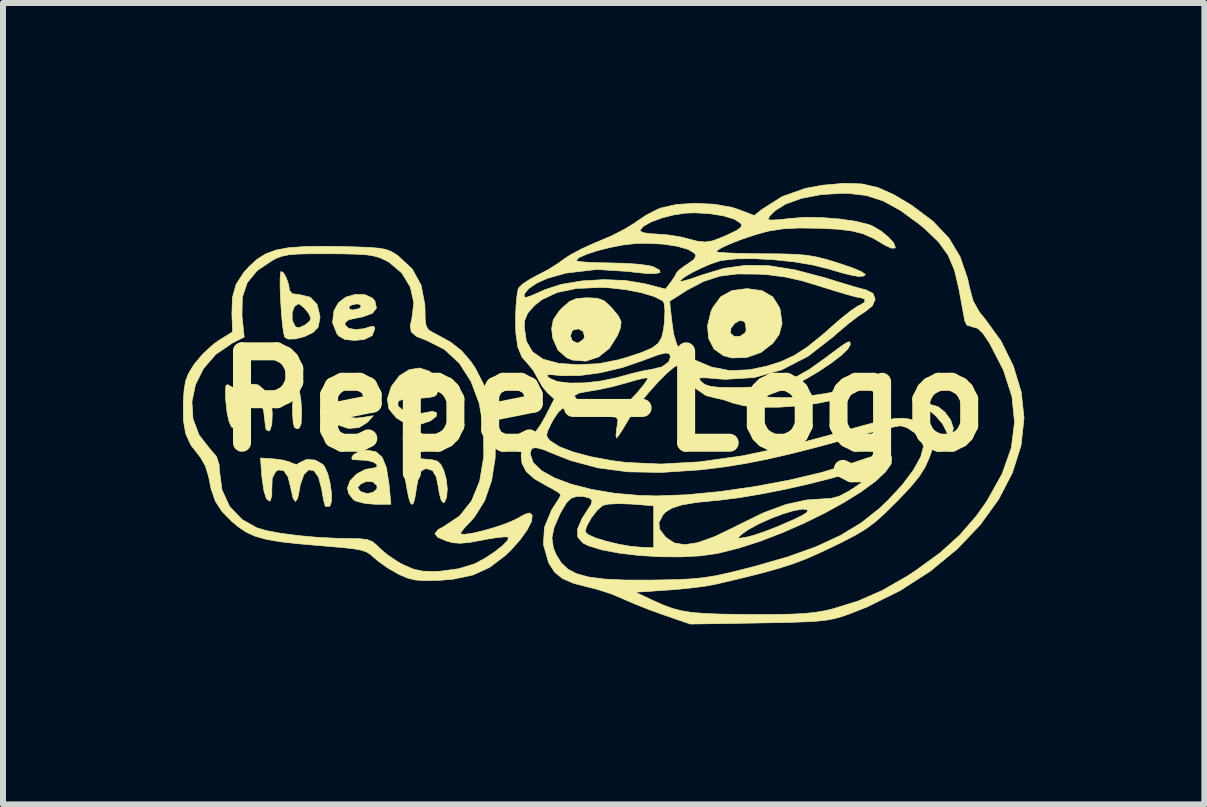
<source format=kicad_pcb>
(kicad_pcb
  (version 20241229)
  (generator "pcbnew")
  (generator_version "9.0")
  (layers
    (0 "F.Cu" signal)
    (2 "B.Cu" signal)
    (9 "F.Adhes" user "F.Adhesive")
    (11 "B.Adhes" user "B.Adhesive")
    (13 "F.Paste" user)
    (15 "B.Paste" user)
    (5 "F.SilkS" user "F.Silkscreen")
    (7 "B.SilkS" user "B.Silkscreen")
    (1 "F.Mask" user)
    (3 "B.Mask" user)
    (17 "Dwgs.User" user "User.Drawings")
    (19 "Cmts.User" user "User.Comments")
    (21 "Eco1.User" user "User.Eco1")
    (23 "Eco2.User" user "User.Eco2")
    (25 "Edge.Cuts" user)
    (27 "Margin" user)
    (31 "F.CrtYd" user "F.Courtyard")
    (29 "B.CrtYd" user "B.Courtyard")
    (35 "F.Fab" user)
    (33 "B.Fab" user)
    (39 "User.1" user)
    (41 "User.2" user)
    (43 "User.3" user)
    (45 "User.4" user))
  (footprint "Pepe-Logo"
    (layer "F.Cu")
    (at 7.007 3.64)
    (property "Reference" "Pepe-Logo" (at 0 0 0) (layer "F.SilkS") (effects (font (size 1.524 1.524) (thickness 0.3))))
    (attr through_hole)
    (fp_poly (pts (xy -5.039 -0.633) (xy -5.055 -0.559) (xy -5.127 -0.51) (xy -5.2 -0.547) (xy -5.203 -0.553) (xy -5.194 -0.618) (xy -5.16 -0.657) (xy -5.083 -0.68) (xy -5.039 -0.633)) (stroke (width 0.01) (type solid)) (fill yes) (layer "F.SilkS"))
    (fp_poly (pts (xy 5.577 0.088) (xy 5.696 0.184) (xy 5.787 0.31) (xy 5.832 0.442) (xy 5.814 0.552) (xy 5.797 0.573) (xy 5.748 0.576) (xy 5.712 0.489) (xy 5.652 0.374) (xy 5.543 0.245) (xy 5.494 0.202) (xy 5.311 0.051) (xy 5.447 0.051) (xy 5.577 0.088)) (stroke (width 0.01) (type solid)) (fill yes) (layer "F.SilkS"))
    (fp_poly (pts (xy -5.082 -0.205) (xy -5.061 -0.14) (xy -5.042 -0.019) (xy -5.031 0.148) (xy -5.03 0.216) (xy -5.038 0.371) (xy -5.069 0.444) (xy -5.105 0.457) (xy -5.147 0.436) (xy -5.17 0.361) (xy -5.18 0.213) (xy -5.182 0.102) (xy -5.173 -0.095) (xy -5.152 -0.216) (xy -5.12 -0.255) (xy -5.082 -0.205)) (stroke (width 0.01) (type solid)) (fill yes) (layer "F.SilkS"))
    (fp_poly (pts (xy -4.201 -0.396) (xy -4.077 -0.365) (xy -4.025 -0.317) (xy -4.051 -0.273) (xy -4.158 -0.254) (xy -4.312 -0.209) (xy -4.427 -0.093) (xy -4.47 0.059) (xy -4.425 0.173) (xy -4.305 0.25) (xy -4.134 0.278) (xy -4.041 0.271) (xy -3.835 0.239) (xy -3.932 0.348) (xy -4.073 0.437) (xy -4.25 0.451) (xy -4.43 0.391) (xy -4.489 0.352) (xy -4.599 0.208) (xy -4.622 0.032) (xy -4.557 -0.157) (xy -4.489 -0.253) (xy -4.376 -0.362) (xy -4.264 -0.398) (xy -4.201 -0.396)) (stroke (width 0.01) (type solid)) (fill yes) (layer "F.SilkS"))
    (fp_poly (pts (xy -5.752 -0.274) (xy -5.661 -0.198) (xy -5.653 -0.19) (xy -5.571 -0.082) (xy -5.531 0.054) (xy -5.519 0.204) (xy -5.527 0.389) (xy -5.56 0.484) (xy -5.575 0.494) (xy -5.624 0.469) (xy -5.639 0.363) (xy -5.664 0.147) (xy -5.729 -0.002) (xy -5.818 -0.078) (xy -5.915 -0.077) (xy -6.004 0.005) (xy -6.068 0.171) (xy -6.081 0.247) (xy -6.113 0.393) (xy -6.154 0.449) (xy -6.199 0.425) (xy -6.24 0.332) (xy -6.274 0.179) (xy -6.295 -0.023) (xy -6.299 -0.166) (xy -6.292 -0.265) (xy -6.26 -0.28) (xy -6.225 -0.256) (xy -6.148 -0.221) (xy -6.035 -0.234) (xy -5.965 -0.255) (xy -5.837 -0.289) (xy -5.752 -0.274)) (stroke (width 0.01) (type solid)) (fill yes) (layer "F.SilkS"))
    (fp_poly (pts (xy -3.023 0.957) (xy -2.857 0.972) (xy -2.761 0.999) (xy -2.705 1.058) (xy -2.66 1.153) (xy -2.618 1.302) (xy -2.602 1.461) (xy -2.613 1.598) (xy -2.649 1.681) (xy -2.667 1.69) (xy -2.702 1.652) (xy -2.733 1.541) (xy -2.746 1.461) (xy -2.784 1.262) (xy -2.848 1.152) (xy -2.945 1.122) (xy -2.978 1.126) (xy -3.041 1.165) (xy -3.083 1.268) (xy -3.112 1.42) (xy -3.141 1.602) (xy -3.166 1.697) (xy -3.193 1.717) (xy -3.218 1.689) (xy -3.242 1.615) (xy -3.271 1.479) (xy -3.299 1.313) (xy -3.321 1.151) (xy -3.333 1.025) (xy -3.331 0.97) (xy -3.274 0.957) (xy -3.147 0.953) (xy -3.023 0.957)) (stroke (width 0.01) (type solid)) (fill yes) (layer "F.SilkS"))
    (fp_poly (pts (xy 2.645 -1.845) (xy 2.824 -1.741) (xy 2.933 -1.566) (xy 2.947 -1.521) (xy 2.978 -1.299) (xy 2.929 -1.115) (xy 2.826 -0.971) (xy 2.628 -0.817) (xy 2.389 -0.732) (xy 2.141 -0.724) (xy 1.999 -0.762) (xy 1.843 -0.874) (xy 1.754 -1.047) (xy 1.746 -1.136) (xy 2.118 -1.136) (xy 2.182 -1.081) (xy 2.277 -1.085) (xy 2.357 -1.138) (xy 2.379 -1.186) (xy 2.368 -1.293) (xy 2.343 -1.335) (xy 2.271 -1.349) (xy 2.188 -1.301) (xy 2.126 -1.22) (xy 2.118 -1.136) (xy 1.746 -1.136) (xy 1.735 -1.26) (xy 1.791 -1.494) (xy 1.825 -1.567) (xy 1.958 -1.746) (xy 2.143 -1.848) (xy 2.393 -1.88) (xy 2.645 -1.845)) (stroke (width 0.01) (type solid)) (fill yes) (layer "F.SilkS"))
    (fp_poly (pts (xy -0.101 -1.719) (xy 0.009 -1.679) (xy 0.111 -1.588) (xy 0.147 -1.548) (xy 0.252 -1.421) (xy 0.295 -1.328) (xy 0.285 -1.229) (xy 0.236 -1.101) (xy 0.101 -0.886) (xy -0.082 -0.74) (xy -0.294 -0.671) (xy -0.514 -0.688) (xy -0.609 -0.726) (xy -0.757 -0.855) (xy -0.844 -1.052) (xy -0.849 -1.092) (xy -0.551 -1.092) (xy -0.516 -1.009) (xy -0.437 -0.973) (xy -0.42 -0.975) (xy -0.335 -1.033) (xy -0.314 -1.08) (xy -0.338 -1.166) (xy -0.416 -1.209) (xy -0.505 -1.19) (xy -0.518 -1.179) (xy -0.551 -1.092) (xy -0.849 -1.092) (xy -0.863 -1.212) (xy -0.836 -1.359) (xy -0.742 -1.5) (xy -0.691 -1.554) (xy -0.568 -1.663) (xy -0.452 -1.713) (xy -0.293 -1.727) (xy -0.264 -1.727) (xy -0.101 -1.719)) (stroke (width 0.01) (type solid)) (fill yes) (layer "F.SilkS"))
    (fp_poly (pts (xy -3.975 -1.779) (xy -3.849 -1.722) (xy -3.808 -1.673) (xy -3.783 -1.555) (xy -3.851 -1.468) (xy -4.015 -1.408) (xy -4.096 -1.393) (xy -4.241 -1.362) (xy -4.303 -1.318) (xy -4.307 -1.277) (xy -4.249 -1.219) (xy -4.131 -1.197) (xy -3.985 -1.213) (xy -3.899 -1.242) (xy -3.825 -1.251) (xy -3.81 -1.209) (xy -3.855 -1.096) (xy -3.986 -1.032) (xy -4.147 -1.016) (xy -4.309 -1.032) (xy -4.409 -1.089) (xy -4.442 -1.129) (xy -4.514 -1.313) (xy -4.492 -1.508) (xy -4.455 -1.575) (xy -4.242 -1.575) (xy -4.227 -1.534) (xy -4.172 -1.524) (xy -4.073 -1.547) (xy -4.039 -1.575) (xy -4.054 -1.615) (xy -4.109 -1.626) (xy -4.207 -1.603) (xy -4.242 -1.575) (xy -4.455 -1.575) (xy -4.416 -1.644) (xy -4.294 -1.738) (xy -4.135 -1.784) (xy -3.975 -1.779)) (stroke (width 0.01) (type solid)) (fill yes) (layer "F.SilkS"))
    (fp_poly (pts (xy -5.332 -2.143) (xy -5.284 -2.057) (xy -5.246 -1.943) (xy -5.232 -1.851) (xy -5.188 -1.795) (xy -5.057 -1.778) (xy -4.885 -1.736) (xy -4.772 -1.615) (xy -4.725 -1.423) (xy -4.724 -1.387) (xy -4.757 -1.233) (xy -4.839 -1.149) (xy -4.982 -1.08) (xy -5.132 -1.041) (xy -5.254 -1.038) (xy -5.309 -1.067) (xy -5.33 -1.144) (xy -5.35 -1.29) (xy -5.367 -1.479) (xy -5.367 -1.48) (xy -5.188 -1.48) (xy -5.186 -1.361) (xy -5.177 -1.333) (xy -5.132 -1.242) (xy -5.073 -1.228) (xy -4.975 -1.272) (xy -4.896 -1.337) (xy -4.877 -1.382) (xy -4.909 -1.463) (xy -4.983 -1.555) (xy -5.061 -1.618) (xy -5.086 -1.626) (xy -5.15 -1.582) (xy -5.188 -1.48) (xy -5.367 -1.48) (xy -5.38 -1.685) (xy -5.388 -1.882) (xy -5.389 -2.045) (xy -5.381 -2.146) (xy -5.373 -2.166) (xy -5.332 -2.143)) (stroke (width 0.01) (type solid)) (fill yes) (layer "F.SilkS"))
    (fp_poly (pts (xy -3.788 0.841) (xy -3.686 0.934) (xy -3.617 1.104) (xy -3.576 1.36) (xy -3.573 1.384) (xy -3.542 1.715) (xy -3.8 1.715) (xy -3.973 1.701) (xy -4.117 1.665) (xy -4.163 1.642) (xy -4.244 1.539) (xy -4.267 1.449) (xy -4.263 1.435) (xy -4.096 1.435) (xy -4.063 1.486) (xy -4.036 1.507) (xy -3.939 1.537) (xy -3.84 1.516) (xy -3.776 1.459) (xy -3.773 1.406) (xy -3.84 1.342) (xy -3.949 1.333) (xy -4.046 1.377) (xy -4.096 1.435) (xy -4.263 1.435) (xy -4.223 1.323) (xy -4.112 1.209) (xy -3.967 1.133) (xy -3.875 1.118) (xy -3.783 1.1) (xy -3.77 1.059) (xy -3.824 1.015) (xy -3.933 0.985) (xy -3.967 0.982) (xy -4.097 0.975) (xy -4.181 0.97) (xy -4.185 0.97) (xy -4.194 0.935) (xy -4.166 0.889) (xy -4.074 0.836) (xy -3.938 0.813) (xy -3.932 0.813) (xy -3.788 0.841)) (stroke (width 0.01) (type solid)) (fill yes) (layer "F.SilkS"))
    (fp_poly (pts (xy -5.486 0.959) (xy -5.332 0.98) (xy -5.217 1.014) (xy -5.192 1.029) (xy -5.111 1.054) (xy -5.068 1.024) (xy -4.947 0.967) (xy -4.802 0.978) (xy -4.677 1.05) (xy -4.648 1.086) (xy -4.594 1.206) (xy -4.555 1.365) (xy -4.532 1.529) (xy -4.532 1.667) (xy -4.558 1.744) (xy -4.562 1.747) (xy -4.626 1.753) (xy -4.638 1.741) (xy -4.658 1.671) (xy -4.684 1.538) (xy -4.695 1.465) (xy -4.748 1.263) (xy -4.825 1.155) (xy -4.911 1.14) (xy -4.992 1.219) (xy -5.053 1.392) (xy -5.065 1.466) (xy -5.096 1.617) (xy -5.133 1.668) (xy -5.171 1.618) (xy -5.206 1.469) (xy -5.209 1.449) (xy -5.257 1.258) (xy -5.328 1.153) (xy -5.417 1.142) (xy -5.463 1.17) (xy -5.52 1.281) (xy -5.526 1.443) (xy -5.528 1.575) (xy -5.551 1.654) (xy -5.563 1.663) (xy -5.614 1.626) (xy -5.657 1.498) (xy -5.689 1.286) (xy -5.698 1.182) (xy -5.715 0.943) (xy -5.486 0.959)) (stroke (width 0.01) (type solid)) (fill yes) (layer "F.SilkS"))
    (fp_poly (pts (xy -2.9 -0.503) (xy -2.845 -0.457) (xy -2.768 -0.338) (xy -2.746 -0.21) (xy -2.782 -0.11) (xy -2.824 -0.082) (xy -2.92 -0.063) (xy -3.073 -0.052) (xy -3.151 -0.051) (xy -3.331 -0.04) (xy -3.42 -0.004) (xy -3.426 0.06) (xy -3.412 0.089) (xy -3.308 0.172) (xy -3.153 0.21) (xy -2.99 0.193) (xy -2.981 0.19) (xy -2.847 0.165) (xy -2.778 0.19) (xy -2.786 0.249) (xy -2.883 0.324) (xy -2.887 0.326) (xy -3.098 0.398) (xy -3.286 0.376) (xy -3.451 0.275) (xy -3.574 0.127) (xy -3.602 -0.039) (xy -3.539 -0.237) (xy -3.531 -0.253) (xy -3.53 -0.255) (xy -3.302 -0.255) (xy -3.259 -0.221) (xy -3.158 -0.205) (xy -3.04 -0.208) (xy -2.948 -0.23) (xy -2.925 -0.248) (xy -2.935 -0.313) (xy -2.974 -0.357) (xy -3.063 -0.395) (xy -3.177 -0.364) (xy -3.269 -0.305) (xy -3.302 -0.255) (xy -3.53 -0.255) (xy -3.401 -0.426) (xy -3.237 -0.529) (xy -3.063 -0.557) (xy -2.9 -0.503)) (stroke (width 0.01) (type solid)) (fill yes) (layer "F.SilkS"))
    (fp_poly (pts (xy -4.429 -2.582) (xy -4.125 -2.575) (xy -3.904 -2.567) (xy -3.747 -2.554) (xy -3.636 -2.535) (xy -3.553 -2.506) (xy -3.478 -2.464) (xy -3.421 -2.425) (xy -3.186 -2.207) (xy -3.039 -1.938) (xy -2.976 -1.614) (xy -2.973 -1.532) (xy -2.97 -1.356) (xy -2.953 -1.252) (xy -2.91 -1.189) (xy -2.827 -1.139) (xy -2.794 -1.123) (xy -2.547 -0.988) (xy -2.365 -0.845) (xy -2.21 -0.665) (xy -2.134 -0.553) (xy -1.964 -0.219) (xy -1.853 0.155) (xy -1.8 0.549) (xy -1.804 0.943) (xy -1.863 1.317) (xy -1.978 1.653) (xy -2.149 1.928) (xy -2.222 2.009) (xy -2.322 2.114) (xy -2.377 2.188) (xy -2.381 2.208) (xy -2.313 2.216) (xy -2.177 2.196) (xy -1.998 2.154) (xy -1.804 2.098) (xy -1.62 2.035) (xy -1.474 1.972) (xy -1.441 1.955) (xy -1.307 1.881) (xy -1.233 1.859) (xy -1.196 1.885) (xy -1.187 1.904) (xy -1.198 2) (xy -1.271 2.143) (xy -1.394 2.313) (xy -1.553 2.49) (xy -1.64 2.572) (xy -1.897 2.767) (xy -2.175 2.894) (xy -2.501 2.963) (xy -2.743 2.983) (xy -2.971 2.988) (xy -3.132 2.977) (xy -3.262 2.946) (xy -3.397 2.888) (xy -3.421 2.876) (xy -3.597 2.775) (xy -3.76 2.658) (xy -3.818 2.608) (xy -3.882 2.552) (xy -3.948 2.51) (xy -4.035 2.48) (xy -4.162 2.457) (xy -4.348 2.436) (xy -4.61 2.414) (xy -4.715 2.405) (xy -5.098 2.372) (xy -5.397 2.338) (xy -5.628 2.297) (xy -5.81 2.245) (xy -5.958 2.177) (xy -6.089 2.088) (xy -6.196 1.998) (xy -6.358 1.833) (xy -6.467 1.665) (xy -6.539 1.459) (xy -6.582 1.245) (xy -6.634 1.077) (xy -6.717 0.931) (xy -6.731 0.914) (xy -6.876 0.728) (xy -6.963 0.538) (xy -7.001 0.312) (xy -7.002 0.031) (xy -7.001 0.006) (xy -6.858 0.006) (xy -6.84 0.292) (xy -6.739 0.56) (xy -6.56 0.789) (xy -6.449 0.918) (xy -6.405 1.055) (xy -6.401 1.143) (xy -6.357 1.475) (xy -6.23 1.752) (xy -6.021 1.969) (xy -5.779 2.106) (xy -5.615 2.154) (xy -5.373 2.199) (xy -5.078 2.237) (xy -4.756 2.266) (xy -4.43 2.282) (xy -4.264 2.285) (xy -4.065 2.288) (xy -3.936 2.303) (xy -3.849 2.338) (xy -3.771 2.403) (xy -3.731 2.445) (xy -3.594 2.562) (xy -3.417 2.679) (xy -3.327 2.727) (xy -3.165 2.796) (xy -3.015 2.829) (xy -2.832 2.835) (xy -2.718 2.83) (xy -2.414 2.789) (xy -2.158 2.711) (xy -2.13 2.699) (xy -1.967 2.61) (xy -1.81 2.506) (xy -1.68 2.403) (xy -1.596 2.317) (xy -1.581 2.264) (xy -1.582 2.263) (xy -1.643 2.257) (xy -1.778 2.27) (xy -1.96 2.3) (xy -2.015 2.311) (xy -2.234 2.351) (xy -2.388 2.365) (xy -2.511 2.355) (xy -2.617 2.326) (xy -2.763 2.264) (xy -2.808 2.203) (xy -2.755 2.137) (xy -2.666 2.089) (xy -2.398 1.911) (xy -2.197 1.657) (xy -2.062 1.327) (xy -1.995 0.924) (xy -1.994 0.906) (xy -1.997 0.449) (xy -2.07 0.033) (xy -2.206 -0.331) (xy -2.4 -0.634) (xy -2.649 -0.866) (xy -2.945 -1.016) (xy -2.947 -1.016) (xy -3.118 -1.084) (xy -3.204 -1.16) (xy -3.219 -1.265) (xy -3.192 -1.382) (xy -3.16 -1.648) (xy -3.219 -1.907) (xy -3.359 -2.138) (xy -3.569 -2.317) (xy -3.618 -2.344) (xy -3.714 -2.39) (xy -3.814 -2.421) (xy -3.938 -2.442) (xy -4.107 -2.453) (xy -4.341 -2.459) (xy -4.572 -2.461) (xy -4.868 -2.461) (xy -5.083 -2.456) (xy -5.237 -2.444) (xy -5.349 -2.422) (xy -5.442 -2.389) (xy -5.512 -2.354) (xy -5.77 -2.181) (xy -5.936 -1.979) (xy -6.018 -1.735) (xy -6.024 -1.43) (xy -6.02 -1.387) (xy -5.987 -1.073) (xy -6.188 -0.97) (xy -6.46 -0.784) (xy -6.665 -0.548) (xy -6.799 -0.279) (xy -6.858 0.006) (xy -7.001 0.006) (xy -6.989 -0.187) (xy -6.964 -0.339) (xy -6.917 -0.462) (xy -6.838 -0.592) (xy -6.816 -0.625) (xy -6.673 -0.794) (xy -6.5 -0.952) (xy -6.413 -1.014) (xy -6.18 -1.159) (xy -6.192 -1.457) (xy -6.183 -1.733) (xy -6.122 -1.951) (xy -5.996 -2.147) (xy -5.906 -2.247) (xy -5.772 -2.369) (xy -5.628 -2.459) (xy -5.458 -2.522) (xy -5.246 -2.562) (xy -4.973 -2.581) (xy -4.624 -2.585) (xy -4.429 -2.582)) (stroke (width 0.01) (type solid)) (fill yes) (layer "F.SilkS"))
    (fp_poly (pts (xy 4.309 -3.625) (xy 4.573 -3.565) (xy 4.839 -3.447) (xy 5.138 -3.268) (xy 5.492 -3.003) (xy 5.758 -2.722) (xy 5.946 -2.409) (xy 6.07 -2.045) (xy 6.102 -1.898) (xy 6.162 -1.675) (xy 6.265 -1.491) (xy 6.36 -1.374) (xy 6.627 -1.006) (xy 6.832 -0.59) (xy 6.964 -0.154) (xy 7.01 0.275) (xy 7.01 0.279) (xy 6.961 0.735) (xy 6.817 1.189) (xy 6.587 1.633) (xy 6.278 2.06) (xy 5.896 2.461) (xy 5.45 2.828) (xy 4.946 3.153) (xy 4.392 3.427) (xy 4.089 3.546) (xy 3.967 3.588) (xy 3.853 3.62) (xy 3.73 3.644) (xy 3.581 3.661) (xy 3.391 3.673) (xy 3.142 3.682) (xy 2.817 3.689) (xy 2.591 3.693) (xy 1.448 3.711) (xy 1.003 3.558) (xy 0.77 3.474) (xy 0.542 3.384) (xy 0.358 3.305) (xy 0.317 3.286) (xy 0.125 3.206) (xy -0.103 3.133) (xy -0.229 3.101) (xy -0.496 3.033) (xy -0.683 2.952) (xy -0.812 2.847) (xy -0.905 2.703) (xy -0.917 2.676) (xy -1 2.386) (xy -0.983 2.1) (xy -0.865 1.813) (xy -0.805 1.719) (xy -0.74 1.618) (xy -0.711 1.557) (xy -0.711 1.555) (xy -0.752 1.517) (xy -0.857 1.454) (xy -0.927 1.418) (xy -1.15 1.29) (xy -1.288 1.167) (xy -1.357 1.032) (xy -1.372 0.907) (xy -1.368 0.88) (xy -1.219 0.88) (xy -1.17 1.021) (xy -1.032 1.154) (xy -0.815 1.275) (xy -0.532 1.381) (xy -0.195 1.467) (xy 0.185 1.531) (xy 0.596 1.567) (xy 0.884 1.575) (xy 1.39 1.556) (xy 1.949 1.502) (xy 2.531 1.418) (xy 3.106 1.31) (xy 3.642 1.183) (xy 4.109 1.041) (xy 4.135 1.032) (xy 4.4 0.942) (xy 4.585 0.89) (xy 4.705 0.874) (xy 4.774 0.891) (xy 4.805 0.932) (xy 4.795 1.042) (xy 4.7 1.177) (xy 4.532 1.333) (xy 4.301 1.502) (xy 4.02 1.678) (xy 3.7 1.855) (xy 3.353 2.026) (xy 2.989 2.186) (xy 2.62 2.328) (xy 2.258 2.445) (xy 1.914 2.531) (xy 1.89 2.536) (xy 1.61 2.575) (xy 1.284 2.592) (xy 0.935 2.589) (xy 0.585 2.567) (xy 0.257 2.528) (xy -0.029 2.474) (xy -0.249 2.406) (xy -0.342 2.359) (xy -0.427 2.262) (xy -0.43 2.17) (xy -0.305 2.17) (xy -0.258 2.218) (xy -0.135 2.274) (xy 0.042 2.329) (xy 0.248 2.379) (xy 0.46 2.416) (xy 0.655 2.433) (xy 0.66 2.433) (xy 0.838 2.438) (xy 0.838 2.021) (xy 0.925 2.021) (xy 0.937 2.131) (xy 1.031 2.255) (xy 1.046 2.27) (xy 1.181 2.359) (xy 1.353 2.388) (xy 1.573 2.354) (xy 1.822 2.265) (xy 2.25 2.265) (xy 2.263 2.281) (xy 2.364 2.267) (xy 2.376 2.265) (xy 2.504 2.232) (xy 2.688 2.17) (xy 2.889 2.092) (xy 2.909 2.083) (xy 3.149 1.98) (xy 3.305 1.905) (xy 3.387 1.854) (xy 3.406 1.818) (xy 3.4 1.808) (xy 3.323 1.794) (xy 3.179 1.819) (xy 2.992 1.875) (xy 2.786 1.953) (xy 2.584 2.044) (xy 2.409 2.14) (xy 2.311 2.209) (xy 2.25 2.265) (xy 1.822 2.265) (xy 1.848 2.256) (xy 2.189 2.092) (xy 2.242 2.064) (xy 2.669 1.856) (xy 3.044 1.717) (xy 3.385 1.643) (xy 3.637 1.626) (xy 3.798 1.616) (xy 3.935 1.578) (xy 4.088 1.497) (xy 4.204 1.422) (xy 4.411 1.276) (xy 4.55 1.158) (xy 4.619 1.076) (xy 4.615 1.034) (xy 4.534 1.04) (xy 4.391 1.09) (xy 4.142 1.18) (xy 3.816 1.276) (xy 3.44 1.372) (xy 3.04 1.463) (xy 2.639 1.542) (xy 2.263 1.605) (xy 1.939 1.646) (xy 1.88 1.651) (xy 1.551 1.684) (xy 1.309 1.725) (xy 1.14 1.779) (xy 1.031 1.848) (xy 0.992 1.892) (xy 0.925 2.021) (xy 0.838 2.021) (xy 0.838 1.74) (xy 0.461 1.711) (xy 0.254 1.704) (xy 0.086 1.712) (xy -0.012 1.734) (xy -0.103 1.813) (xy -0.2 1.939) (xy -0.276 2.073) (xy -0.305 2.17) (xy -0.43 2.17) (xy -0.432 2.128) (xy -0.355 1.95) (xy -0.277 1.83) (xy -0.204 1.715) (xy -0.19 1.652) (xy -0.229 1.612) (xy -0.231 1.611) (xy -0.338 1.584) (xy -0.446 1.584) (xy -0.538 1.614) (xy -0.618 1.693) (xy -0.707 1.843) (xy -0.724 1.876) (xy -0.822 2.1) (xy -0.858 2.277) (xy -0.834 2.441) (xy -0.786 2.558) (xy -0.703 2.691) (xy -0.593 2.795) (xy -0.444 2.873) (xy -0.244 2.927) (xy 0.019 2.961) (xy 0.357 2.977) (xy 0.78 2.978) (xy 0.914 2.976) (xy 1.22 2.97) (xy 1.462 2.958) (xy 1.669 2.938) (xy 1.873 2.905) (xy 2.104 2.855) (xy 2.391 2.783) (xy 2.515 2.751) (xy 3.073 2.591) (xy 3.545 2.422) (xy 3.947 2.236) (xy 4.293 2.027) (xy 4.599 1.785) (xy 4.745 1.647) (xy 4.984 1.388) (xy 5.167 1.143) (xy 5.287 0.928) (xy 5.334 0.756) (xy 5.334 0.744) (xy 5.292 0.638) (xy 5.191 0.526) (xy 5.064 0.439) (xy 4.954 0.406) (xy 4.867 0.42) (xy 4.703 0.456) (xy 4.482 0.511) (xy 4.225 0.58) (xy 4.11 0.611) (xy 3.583 0.756) (xy 3.133 0.871) (xy 2.738 0.962) (xy 2.38 1.033) (xy 2.038 1.089) (xy 1.693 1.132) (xy 1.6 1.142) (xy 0.968 1.184) (xy 0.409 1.174) (xy -0.09 1.108) (xy -0.545 0.986) (xy -0.801 0.885) (xy -1.001 0.803) (xy -1.126 0.77) (xy -1.194 0.785) (xy -1.218 0.85) (xy -1.219 0.88) (xy -1.368 0.88) (xy -1.353 0.755) (xy -1.283 0.658) (xy -1.245 0.631) (xy -1.181 0.567) (xy -0.947 0.567) (xy -0.92 0.622) (xy -0.881 0.661) (xy -0.734 0.755) (xy -0.504 0.843) (xy -0.208 0.922) (xy 0.135 0.986) (xy 0.382 1.018) (xy 0.959 1.044) (xy 1.607 1.007) (xy 2.318 0.907) (xy 3.085 0.745) (xy 3.768 0.562) (xy 4.15 0.452) (xy 4.448 0.371) (xy 4.678 0.317) (xy 4.852 0.287) (xy 4.986 0.28) (xy 5.092 0.293) (xy 5.184 0.323) (xy 5.209 0.335) (xy 5.349 0.421) (xy 5.455 0.519) (xy 5.466 0.535) (xy 5.504 0.608) (xy 5.509 0.689) (xy 5.479 0.807) (xy 5.431 0.94) (xy 5.362 1.095) (xy 5.267 1.246) (xy 5.13 1.414) (xy 4.935 1.623) (xy 4.882 1.677) (xy 4.691 1.865) (xy 4.533 2.007) (xy 4.379 2.122) (xy 4.202 2.229) (xy 3.976 2.346) (xy 3.808 2.428) (xy 3.579 2.536) (xy 3.37 2.627) (xy 3.163 2.705) (xy 2.937 2.778) (xy 2.675 2.852) (xy 2.356 2.933) (xy 1.961 3.026) (xy 1.854 3.051) (xy 1.692 3.08) (xy 1.465 3.109) (xy 1.209 3.135) (xy 1.067 3.145) (xy 0.533 3.181) (xy 0.832 3.32) (xy 0.998 3.394) (xy 1.149 3.45) (xy 1.302 3.49) (xy 1.477 3.518) (xy 1.691 3.535) (xy 1.963 3.545) (xy 2.311 3.55) (xy 2.468 3.551) (xy 2.837 3.551) (xy 3.124 3.546) (xy 3.35 3.535) (xy 3.533 3.516) (xy 3.695 3.488) (xy 3.815 3.46) (xy 4.245 3.327) (xy 4.647 3.151) (xy 5.057 2.916) (xy 5.21 2.816) (xy 5.612 2.523) (xy 5.939 2.228) (xy 6.216 1.909) (xy 6.395 1.656) (xy 6.645 1.207) (xy 6.798 0.775) (xy 6.852 0.349) (xy 6.809 -0.08) (xy 6.668 -0.519) (xy 6.438 -0.966) (xy 6.328 -1.131) (xy 6.24 -1.217) (xy 6.157 -1.24) (xy 6.055 -1.273) (xy 6.023 -1.342) (xy 6.005 -1.44) (xy 5.974 -1.606) (xy 5.937 -1.811) (xy 5.924 -1.878) (xy 5.851 -2.188) (xy 5.745 -2.436) (xy 5.588 -2.655) (xy 5.363 -2.872) (xy 5.269 -2.95) (xy 4.951 -3.183) (xy 4.663 -3.341) (xy 4.379 -3.432) (xy 4.075 -3.468) (xy 3.988 -3.469) (xy 3.631 -3.447) (xy 3.306 -3.385) (xy 3.036 -3.289) (xy 2.859 -3.178) (xy 2.774 -3.093) (xy 2.743 -3.036) (xy 2.745 -3.029) (xy 2.806 -3.022) (xy 2.937 -3.029) (xy 3.101 -3.048) (xy 3.35 -3.068) (xy 3.638 -3.064) (xy 3.933 -3.041) (xy 4.203 -3.002) (xy 4.418 -2.949) (xy 4.488 -2.921) (xy 4.627 -2.839) (xy 4.75 -2.739) (xy 4.837 -2.643) (xy 4.865 -2.57) (xy 4.858 -2.555) (xy 4.796 -2.555) (xy 4.693 -2.603) (xy 4.684 -2.608) (xy 4.502 -2.717) (xy 4.332 -2.792) (xy 4.146 -2.84) (xy 3.914 -2.869) (xy 3.61 -2.885) (xy 3.603 -2.885) (xy 3.261 -2.89) (xy 2.991 -2.876) (xy 2.767 -2.841) (xy 2.699 -2.825) (xy 2.497 -2.767) (xy 2.293 -2.697) (xy 2.108 -2.625) (xy 1.965 -2.559) (xy 1.887 -2.509) (xy 1.88 -2.496) (xy 1.928 -2.484) (xy 2.06 -2.475) (xy 2.259 -2.467) (xy 2.507 -2.462) (xy 2.655 -2.461) (xy 2.964 -2.459) (xy 3.198 -2.451) (xy 3.383 -2.436) (xy 3.545 -2.409) (xy 3.71 -2.368) (xy 3.899 -2.311) (xy 4.145 -2.228) (xy 4.301 -2.162) (xy 4.366 -2.115) (xy 4.336 -2.089) (xy 4.255 -2.083) (xy 4.152 -2.099) (xy 3.987 -2.139) (xy 3.791 -2.196) (xy 3.756 -2.207) (xy 3.492 -2.273) (xy 3.178 -2.326) (xy 2.842 -2.361) (xy 2.511 -2.379) (xy 2.215 -2.376) (xy 1.981 -2.35) (xy 1.93 -2.339) (xy 1.788 -2.291) (xy 1.629 -2.222) (xy 1.475 -2.146) (xy 1.353 -2.074) (xy 1.287 -2.02) (xy 1.284 -2.001) (xy 1.338 -2.007) (xy 1.461 -2.043) (xy 1.628 -2.102) (xy 1.648 -2.109) (xy 2.011 -2.218) (xy 2.378 -2.269) (xy 2.766 -2.261) (xy 3.195 -2.192) (xy 3.683 -2.063) (xy 3.775 -2.035) (xy 3.995 -1.967) (xy 4.192 -1.908) (xy 4.338 -1.868) (xy 4.381 -1.857) (xy 4.495 -1.798) (xy 4.529 -1.702) (xy 4.483 -1.593) (xy 4.361 -1.495) (xy 4.356 -1.492) (xy 4.245 -1.42) (xy 4.087 -1.298) (xy 3.91 -1.149) (xy 3.835 -1.082) (xy 3.413 -0.754) (xy 2.972 -0.526) (xy 2.512 -0.397) (xy 2.032 -0.368) (xy 1.906 -0.376) (xy 1.722 -0.392) (xy 1.624 -0.394) (xy 1.595 -0.378) (xy 1.618 -0.342) (xy 1.641 -0.319) (xy 1.698 -0.278) (xy 1.783 -0.251) (xy 1.918 -0.236) (xy 2.122 -0.231) (xy 2.275 -0.231) (xy 2.625 -0.245) (xy 2.912 -0.293) (xy 3.17 -0.385) (xy 3.432 -0.533) (xy 3.689 -0.716) (xy 3.878 -0.858) (xy 4.001 -0.946) (xy 4.072 -0.989) (xy 4.105 -0.993) (xy 4.114 -0.966) (xy 4.115 -0.948) (xy 4.073 -0.872) (xy 3.959 -0.763) (xy 3.792 -0.636) (xy 3.593 -0.502) (xy 3.379 -0.376) (xy 3.17 -0.269) (xy 3.04 -0.215) (xy 2.667 -0.076) (xy 2.979 -0.061) (xy 3.177 -0.066) (xy 3.431 -0.09) (xy 3.7 -0.131) (xy 3.789 -0.148) (xy 4.001 -0.189) (xy 4.173 -0.217) (xy 4.283 -0.23) (xy 4.31 -0.228) (xy 4.281 -0.197) (xy 4.183 -0.144) (xy 4.1 -0.106) (xy 3.864 -0.029) (xy 3.57 0.032) (xy 3.245 0.075) (xy 2.915 0.097) (xy 2.604 0.097) (xy 2.341 0.073) (xy 2.151 0.025) (xy 2.013 -0.024) (xy 1.907 -0.05) (xy 1.894 -0.051) (xy 1.711 -0.096) (xy 1.539 -0.214) (xy 1.416 -0.379) (xy 1.401 -0.41) (xy 1.337 -0.534) (xy 1.272 -0.604) (xy 1.253 -0.61) (xy 1.177 -0.572) (xy 1.057 -0.47) (xy 0.91 -0.322) (xy 0.753 -0.147) (xy 0.602 0.038) (xy 0.474 0.213) (xy 0.409 0.318) (xy 0.321 0.466) (xy 0.253 0.571) (xy 0.218 0.61) (xy 0.209 0.566) (xy 0.221 0.458) (xy 0.225 0.432) (xy 0.242 0.314) (xy 0.214 0.264) (xy 0.119 0.254) (xy 0.088 0.254) (xy -0.062 0.239) (xy -0.251 0.201) (xy -0.351 0.174) (xy -0.513 0.134) (xy -0.641 0.117) (xy -0.689 0.121) (xy -0.752 0.179) (xy -0.831 0.297) (xy -0.866 0.36) (xy -0.929 0.491) (xy -0.947 0.567) (xy -1.181 0.567) (xy -1.155 0.542) (xy -1.05 0.395) (xy -0.969 0.253) (xy -0.819 -0.041) (xy -0.88 -0.095) (xy -0.484 -0.095) (xy -0.456 -0.044) (xy -0.326 0.012) (xy -0.25 0.034) (xy 0.002 0.09) (xy 0.189 0.099) (xy 0.336 0.056) (xy 0.471 -0.045) (xy 0.555 -0.135) (xy 0.66 -0.261) (xy 0.727 -0.355) (xy 0.742 -0.392) (xy 0.687 -0.389) (xy 0.561 -0.36) (xy 0.392 -0.312) (xy 0.38 -0.308) (xy 0.155 -0.247) (xy -0.08 -0.196) (xy -0.237 -0.17) (xy -0.411 -0.138) (xy -0.484 -0.095) (xy -0.88 -0.095) (xy -0.925 -0.135) (xy -1.021 -0.251) (xy -1.096 -0.385) (xy -1.128 -0.443) (xy -0.936 -0.443) (xy -0.934 -0.419) (xy -0.892 -0.383) (xy -0.764 -0.33) (xy -0.563 -0.306) (xy -0.315 -0.309) (xy -0.046 -0.339) (xy 0.219 -0.394) (xy 0.28 -0.411) (xy 0.483 -0.467) (xy 0.671 -0.511) (xy 0.801 -0.533) (xy 0.976 -0.576) (xy 1.088 -0.658) (xy 1.118 -0.743) (xy 1.1 -0.794) (xy 1.038 -0.807) (xy 0.917 -0.778) (xy 0.724 -0.707) (xy 0.66 -0.682) (xy 0.315 -0.564) (xy -0.047 -0.478) (xy -0.392 -0.431) (xy -0.687 -0.428) (xy -0.711 -0.43) (xy -0.866 -0.445) (xy -0.936 -0.443) (xy -1.128 -0.443) (xy -1.168 -0.516) (xy -1.245 -0.61) (xy -1.357 -0.737) (xy -1.427 -0.908) (xy -1.46 -1.141) (xy -1.462 -1.239) (xy -1.319 -1.239) (xy -1.284 -1.002) (xy -1.181 -0.825) (xy -1.003 -0.703) (xy -0.745 -0.634) (xy -0.422 -0.612) (xy -0.074 -0.629) (xy 0.251 -0.694) (xy 0.392 -0.735) (xy 0.641 -0.817) (xy 0.808 -0.889) (xy 0.913 -0.967) (xy 0.972 -1.067) (xy 1.003 -1.205) (xy 1.016 -1.317) (xy 1.025 -1.513) (xy 1.011 -1.638) (xy 0.994 -1.67) (xy 1.104 -1.67) (xy 1.135 -1.376) (xy 1.17 -1.124) (xy 1.222 -0.95) (xy 1.304 -0.828) (xy 1.428 -0.736) (xy 1.484 -0.706) (xy 1.804 -0.572) (xy 2.109 -0.513) (xy 2.433 -0.527) (xy 2.72 -0.587) (xy 2.963 -0.664) (xy 3.183 -0.767) (xy 3.407 -0.912) (xy 3.657 -1.115) (xy 3.794 -1.236) (xy 3.963 -1.383) (xy 4.115 -1.504) (xy 4.228 -1.581) (xy 4.264 -1.599) (xy 4.35 -1.649) (xy 4.361 -1.701) (xy 4.293 -1.727) (xy 4.285 -1.727) (xy 4.205 -1.742) (xy 4.052 -1.784) (xy 3.848 -1.845) (xy 3.637 -1.911) (xy 3.308 -2.011) (xy 3.026 -2.074) (xy 2.747 -2.11) (xy 2.585 -2.121) (xy 2.229 -2.124) (xy 1.935 -2.086) (xy 1.668 -1.999) (xy 1.394 -1.854) (xy 1.347 -1.824) (xy 1.104 -1.67) (xy 0.994 -1.67) (xy 0.993 -1.672) (xy 0.851 -1.746) (xy 0.635 -1.811) (xy 0.375 -1.862) (xy 0.099 -1.893) (xy -0.047 -1.899) (xy -0.449 -1.882) (xy -0.772 -1.815) (xy -1.025 -1.696) (xy -1.148 -1.599) (xy -1.262 -1.471) (xy -1.312 -1.349) (xy -1.319 -1.239) (xy -1.462 -1.239) (xy -1.465 -1.38) (xy -1.457 -1.587) (xy -1.441 -1.761) (xy -1.439 -1.77) (xy -1.321 -1.77) (xy -1.315 -1.74) (xy -1.285 -1.734) (xy -1.211 -1.758) (xy -1.074 -1.818) (xy -0.979 -1.861) (xy -0.702 -1.951) (xy -0.362 -2.008) (xy 0.007 -2.03) (xy 0.371 -2.015) (xy 0.696 -1.96) (xy 0.708 -1.957) (xy 1.035 -1.872) (xy 1.126 -1.99) (xy 1.192 -2.086) (xy 1.218 -2.142) (xy 1.258 -2.187) (xy 1.356 -2.26) (xy 1.399 -2.287) (xy 1.51 -2.367) (xy 1.541 -2.427) (xy 1.522 -2.466) (xy 1.416 -2.532) (xy 1.233 -2.585) (xy 0.997 -2.621) (xy 0.732 -2.635) (xy 0.526 -2.63) (xy 0.327 -2.607) (xy 0.111 -2.565) (xy -0.099 -2.512) (xy -0.279 -2.453) (xy -0.406 -2.397) (xy -0.457 -2.348) (xy -0.457 -2.346) (xy -0.41 -2.332) (xy -0.281 -2.32) (xy -0.091 -2.312) (xy 0.114 -2.308) (xy 0.379 -2.301) (xy 0.607 -2.284) (xy 0.774 -2.26) (xy 0.834 -2.243) (xy 0.936 -2.188) (xy 0.945 -2.149) (xy 0.87 -2.13) (xy 0.717 -2.132) (xy 0.495 -2.155) (xy 0.433 -2.164) (xy -0.11 -2.199) (xy -0.626 -2.138) (xy -0.933 -2.051) (xy -1.11 -1.972) (xy -1.245 -1.88) (xy -1.316 -1.794) (xy -1.321 -1.77) (xy -1.439 -1.77) (xy -1.421 -1.873) (xy -1.415 -1.888) (xy -1.348 -1.955) (xy -1.218 -2.04) (xy -1.097 -2.104) (xy -0.914 -2.2) (xy -0.743 -2.308) (xy -0.665 -2.367) (xy -0.544 -2.446) (xy -0.361 -2.543) (xy -0.149 -2.639) (xy -0.078 -2.668) (xy 0.143 -2.763) (xy 0.301 -2.844) (xy 0.61 -2.844) (xy 0.655 -2.815) (xy 0.773 -2.795) (xy 0.876 -2.79) (xy 1.087 -2.774) (xy 1.302 -2.738) (xy 1.372 -2.72) (xy 1.56 -2.671) (xy 1.696 -2.656) (xy 1.824 -2.677) (xy 1.985 -2.739) (xy 2.056 -2.77) (xy 2.215 -2.846) (xy 2.292 -2.901) (xy 2.302 -2.947) (xy 2.288 -2.969) (xy 2.182 -3.037) (xy 2.001 -3.092) (xy 1.773 -3.129) (xy 1.526 -3.143) (xy 1.379 -3.138) (xy 1.175 -3.109) (xy 0.972 -3.057) (xy 0.794 -2.99) (xy 0.665 -2.918) (xy 0.61 -2.85) (xy 0.61 -2.844) (xy 0.301 -2.844) (xy 0.351 -2.869) (xy 0.511 -2.967) (xy 0.544 -2.991) (xy 0.716 -3.106) (xy 0.908 -3.204) (xy 0.959 -3.224) (xy 1.218 -3.282) (xy 1.529 -3.302) (xy 1.85 -3.286) (xy 2.14 -3.235) (xy 2.247 -3.2) (xy 2.515 -3.098) (xy 2.642 -3.2) (xy 2.978 -3.413) (xy 3.366 -3.551) (xy 3.658 -3.604) (xy 4.015 -3.635) (xy 4.309 -3.625)) (stroke (width 0.01) (type solid)) (fill yes) (layer "F.SilkS")))
  (gr_rect
    (start -3 -3)
    (end 17.023 10.357)
    (stroke (width 0.1) (type default))
    (fill no)
    (layer "Edge.Cuts")))
</source>
